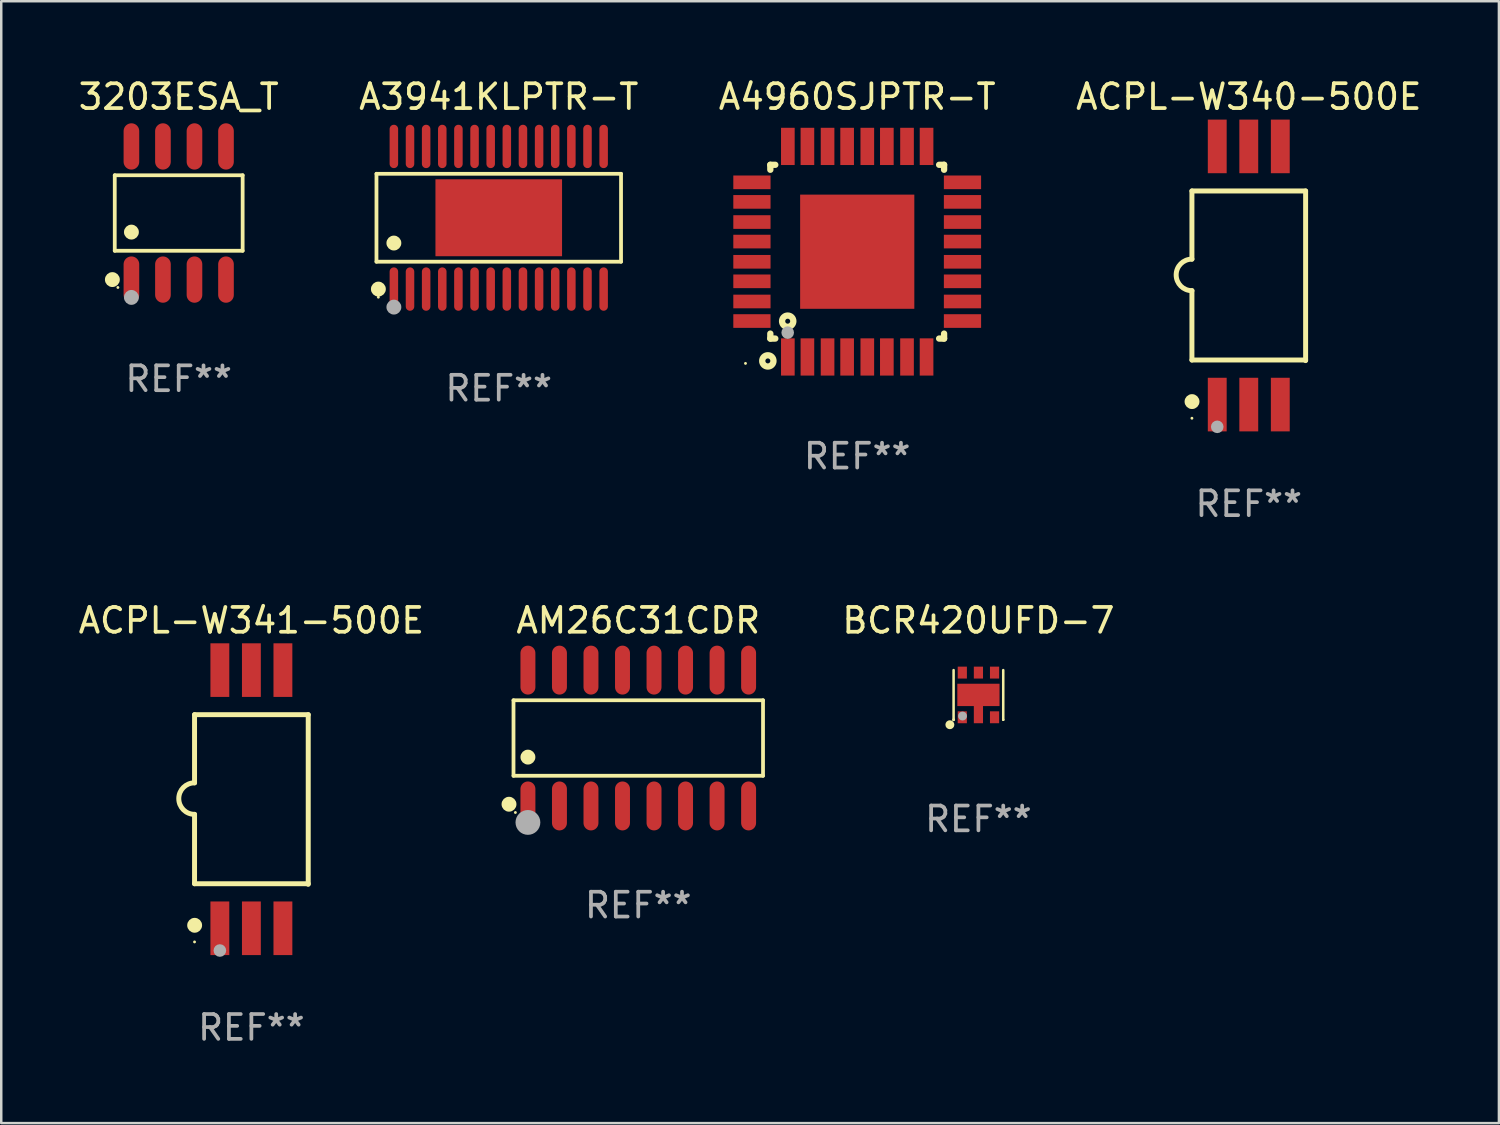
<source format=kicad_pcb>
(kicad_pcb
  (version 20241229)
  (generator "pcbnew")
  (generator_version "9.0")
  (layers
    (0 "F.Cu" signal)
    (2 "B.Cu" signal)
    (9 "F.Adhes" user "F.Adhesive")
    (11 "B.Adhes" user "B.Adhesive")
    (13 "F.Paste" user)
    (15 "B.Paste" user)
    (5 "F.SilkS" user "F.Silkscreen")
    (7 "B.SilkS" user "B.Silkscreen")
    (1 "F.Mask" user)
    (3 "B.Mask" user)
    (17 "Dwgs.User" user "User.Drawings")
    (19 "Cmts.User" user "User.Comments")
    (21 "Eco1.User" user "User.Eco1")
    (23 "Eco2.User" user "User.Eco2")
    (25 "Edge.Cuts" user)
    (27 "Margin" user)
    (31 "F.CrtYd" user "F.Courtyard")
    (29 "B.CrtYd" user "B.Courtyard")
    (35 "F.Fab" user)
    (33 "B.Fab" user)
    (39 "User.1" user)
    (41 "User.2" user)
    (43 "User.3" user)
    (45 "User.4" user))
  (footprint "BCR420UFD-7"
    (layer "F.Cu")
    (at 36.365 24.945)
    (property "Reference" "BCR420UFD-7" (at 0 -3 0) (layer "F.SilkS") (effects (font (size 1 1) (thickness 0.15))))
    (attr through_hole)
    (fp_line (start -1 1) (end -1 -1) (stroke (width 0.102) (type solid)) (layer "F.SilkS"))
    (fp_line (start 1 -1) (end 1 1) (stroke (width 0.102) (type solid)) (layer "F.SilkS"))
    (fp_line (start 1 1) (end 1 1) (stroke (width 0.102) (type solid)) (layer "F.SilkS"))
    (fp_circle (center -1.15 1.2) (end -1.06 1.2) (stroke (width 0.18) (type solid)) (fill no) (layer "F.SilkS"))
    (fp_circle (center -1 1) (end -0.97 1) (stroke (width 0.06) (type solid)) (fill no) (layer "F.SilkS"))
    (fp_circle (center -0.64 0.85) (end -0.55 0.85) (stroke (width 0.18) (type solid)) (fill no) (layer "F.Fab"))
    (fp_text user "REF**" (at 0 5 0) (layer "F.Fab") (effects (font (size 1 1) (thickness 0.15))))
    (pad "1" smd rect (at -0.65 0.9) (size 0.37 0.48) (layers "F.Cu" "F.Mask" "F.Paste"))
    (pad "2" smd rect (at 0.000127 0.74) (size 0.37 0.8) (layers "F.Cu" "F.Mask" "F.Paste"))
    (pad "3" smd rect (at 0.65 0.9) (size 0.37 0.48) (layers "F.Cu" "F.Mask" "F.Paste"))
    (pad "4" smd rect (at 0.65 -0.9) (size 0.37 0.48) (layers "F.Cu" "F.Mask" "F.Paste"))
    (pad "5" smd rect (at 0.000127 -0.9) (size 0.37 0.48) (layers "F.Cu" "F.Mask" "F.Paste"))
    (pad "6" smd rect (at -0.649 -0.9) (size 0.37 0.48) (layers "F.Cu" "F.Mask" "F.Paste"))
    (pad "7" smd rect (at 0.000127 -0.001 90) (size 0.9 1.7) (layers "F.Cu" "F.Mask" "F.Paste")))
  (footprint "A3941KLPTR-T"
    (layer "F.Cu")
    (at 17.042 5.722)
    (property "Reference" "A3941KLPTR-T" (at 0 -4.873 0) (layer "F.SilkS") (effects (font (size 1 1) (thickness 0.15))))
    (attr through_hole)
    (fp_line (start -4.926 -1.771) (end 4.926 -1.771) (stroke (width 0.152) (type solid)) (layer "F.SilkS"))
    (fp_line (start -4.926 1.771) (end -4.926 -1.771) (stroke (width 0.152) (type solid)) (layer "F.SilkS"))
    (fp_line (start 4.926 -1.771) (end 4.926 1.771) (stroke (width 0.152) (type solid)) (layer "F.SilkS"))
    (fp_line (start 4.926 1.771) (end -4.926 1.771) (stroke (width 0.152) (type solid)) (layer "F.SilkS"))
    (fp_circle (center -4.85 3.2) (end -4.82 3.2) (stroke (width 0.06) (type solid)) (fill no) (layer "F.SilkS"))
    (fp_circle (center -4.849 2.873) (end -4.699 2.873) (stroke (width 0.3) (type solid)) (fill no) (layer "F.SilkS"))
    (fp_circle (center -4.225 1.019) (end -4.075 1.019) (stroke (width 0.3) (type solid)) (fill no) (layer "F.SilkS"))
    (fp_circle (center -4.225 3.6) (end -4.075 3.6) (stroke (width 0.3) (type solid)) (fill no) (layer "F.Fab"))
    (fp_text user "REF**" (at 0 6.873 0) (layer "F.Fab") (effects (font (size 1 1) (thickness 0.15))))
    (pad "1" smd oval (at -4.225 2.873) (size 0.343 1.747) (layers "F.Cu" "F.Mask" "F.Paste"))
    (pad "2" smd oval (at -3.575 2.873) (size 0.343 1.747) (layers "F.Cu" "F.Mask" "F.Paste"))
    (pad "3" smd oval (at -2.925 2.873) (size 0.343 1.747) (layers "F.Cu" "F.Mask" "F.Paste"))
    (pad "4" smd oval (at -2.275 2.873) (size 0.343 1.747) (layers "F.Cu" "F.Mask" "F.Paste"))
    (pad "5" smd oval (at -1.625 2.873) (size 0.343 1.747) (layers "F.Cu" "F.Mask" "F.Paste"))
    (pad "6" smd oval (at -0.975 2.873) (size 0.343 1.747) (layers "F.Cu" "F.Mask" "F.Paste"))
    (pad "7" smd oval (at -0.325 2.873) (size 0.343 1.747) (layers "F.Cu" "F.Mask" "F.Paste"))
    (pad "8" smd oval (at 0.325 2.873) (size 0.343 1.747) (layers "F.Cu" "F.Mask" "F.Paste"))
    (pad "9" smd oval (at 0.975 2.873) (size 0.343 1.747) (layers "F.Cu" "F.Mask" "F.Paste"))
    (pad "10" smd oval (at 1.625 2.873) (size 0.343 1.747) (layers "F.Cu" "F.Mask" "F.Paste"))
    (pad "11" smd oval (at 2.275 2.873) (size 0.343 1.747) (layers "F.Cu" "F.Mask" "F.Paste"))
    (pad "12" smd oval (at 2.925 2.873) (size 0.343 1.747) (layers "F.Cu" "F.Mask" "F.Paste"))
    (pad "13" smd oval (at 3.575 2.873) (size 0.343 1.747) (layers "F.Cu" "F.Mask" "F.Paste"))
    (pad "14" smd oval (at 4.225 2.873) (size 0.343 1.747) (layers "F.Cu" "F.Mask" "F.Paste"))
    (pad "15" smd oval (at 4.225 -2.873) (size 0.343 1.747) (layers "F.Cu" "F.Mask" "F.Paste"))
    (pad "16" smd oval (at 3.575 -2.873) (size 0.343 1.747) (layers "F.Cu" "F.Mask" "F.Paste"))
    (pad "17" smd oval (at 2.925 -2.873) (size 0.343 1.747) (layers "F.Cu" "F.Mask" "F.Paste"))
    (pad "18" smd oval (at 2.275 -2.873) (size 0.343 1.747) (layers "F.Cu" "F.Mask" "F.Paste"))
    (pad "19" smd oval (at 1.625 -2.873) (size 0.343 1.747) (layers "F.Cu" "F.Mask" "F.Paste"))
    (pad "20" smd oval (at 0.975 -2.873) (size 0.343 1.747) (layers "F.Cu" "F.Mask" "F.Paste"))
    (pad "21" smd oval (at 0.325 -2.873) (size 0.343 1.747) (layers "F.Cu" "F.Mask" "F.Paste"))
    (pad "22" smd oval (at -0.325 -2.873) (size 0.343 1.747) (layers "F.Cu" "F.Mask" "F.Paste"))
    (pad "23" smd oval (at -0.975 -2.873) (size 0.343 1.747) (layers "F.Cu" "F.Mask" "F.Paste"))
    (pad "24" smd oval (at -1.625 -2.873) (size 0.343 1.747) (layers "F.Cu" "F.Mask" "F.Paste"))
    (pad "25" smd oval (at -2.275 -2.873) (size 0.343 1.747) (layers "F.Cu" "F.Mask" "F.Paste"))
    (pad "26" smd oval (at -2.925 -2.873) (size 0.343 1.747) (layers "F.Cu" "F.Mask" "F.Paste"))
    (pad "27" smd oval (at -3.575 -2.873) (size 0.343 1.747) (layers "F.Cu" "F.Mask" "F.Paste"))
    (pad "28" smd oval (at -4.225 -2.873) (size 0.343 1.747) (layers "F.Cu" "F.Mask" "F.Paste"))
    (pad "29" smd rect (at 0 0) (size 5.1 3.1) (layers "F.Cu" "F.Mask" "F.Paste")))
  (footprint "ACPL-W341-500E"
    (layer "F.Cu")
    (at 7.077 29.145)
    (property "Reference" "ACPL-W341-500E" (at 0 -7.2 0) (layer "F.SilkS") (effects (font (size 1 1) (thickness 0.15))))
    (attr through_hole)
    (fp_line (start -2.29 -3.405) (end 2.29 -3.405) (stroke (width 0.2) (type solid)) (layer "F.SilkS"))
    (fp_line (start -2.29 -0.659) (end -2.29 -3.405) (stroke (width 0.2) (type solid)) (layer "F.SilkS"))
    (fp_line (start -2.29 0.611) (end -2.29 3.405) (stroke (width 0.2) (type solid)) (layer "F.SilkS"))
    (fp_line (start -2.29 3.405) (end 2.29 3.405) (stroke (width 0.2) (type solid)) (layer "F.SilkS"))
    (fp_line (start 2.29 -3.405) (end 2.29 3.429) (stroke (width 0.2) (type solid)) (layer "F.SilkS"))
    (fp_arc (start -2.289916 0.611125) (mid -2.924917 -0.023876) (end -2.289916 -0.658877) (stroke (width 0.199898) (type solid)) (layer "F.SilkS"))
    (fp_circle (center -2.29 5.75) (end -2.26 5.75) (stroke (width 0.06) (type solid)) (fill no) (layer "F.SilkS"))
    (fp_circle (center -2.286 5.08) (end -2.136 5.08) (stroke (width 0.3) (type solid)) (fill no) (layer "F.SilkS"))
    (fp_circle (center -1.27 6.096) (end -1.143 6.096) (stroke (width 0.254) (type solid)) (fill no) (layer "F.Fab"))
    (fp_text user "REF**" (at 0 9.2 0) (layer "F.Fab") (effects (font (size 1 1) (thickness 0.15))))
    (pad "1" smd rect (at -1.27 5.2 90) (size 2.16 0.76) (layers "F.Cu" "F.Mask" "F.Paste"))
    (pad "2" smd rect (at 0.000152 5.2 90) (size 2.16 0.76) (layers "F.Cu" "F.Mask" "F.Paste"))
    (pad "3" smd rect (at 1.27 5.2 90) (size 2.16 0.76) (layers "F.Cu" "F.Mask" "F.Paste"))
    (pad "4" smd rect (at 1.27 -5.2 90) (size 2.16 0.76) (layers "F.Cu" "F.Mask" "F.Paste"))
    (pad "5" smd rect (at 0.000152 -5.2 90) (size 2.16 0.76) (layers "F.Cu" "F.Mask" "F.Paste"))
    (pad "6" smd rect (at -1.27 -5.2 90) (size 2.16 0.76) (layers "F.Cu" "F.Mask" "F.Paste")))
  (footprint "A4960SJPTR-T"
    (layer "F.Cu")
    (at 31.482 7.089)
    (property "Reference" "A4960SJPTR-T" (at 0 -6.241 0) (layer "F.SilkS") (effects (font (size 1 1) (thickness 0.15))))
    (attr through_hole)
    (fp_line (start -3.5 -3.5) (end -3.5 -3.3) (stroke (width 0.254) (type solid)) (layer "F.SilkS"))
    (fp_line (start -3.5 -3.5) (end -3.3 -3.5) (stroke (width 0.254) (type solid)) (layer "F.SilkS"))
    (fp_line (start -3.5 3.3) (end -3.5 3.5) (stroke (width 0.254) (type solid)) (layer "F.SilkS"))
    (fp_line (start -3.5 3.5) (end -3.3 3.5) (stroke (width 0.254) (type solid)) (layer "F.SilkS"))
    (fp_line (start 3.3 -3.5) (end 3.5 -3.5) (stroke (width 0.254) (type solid)) (layer "F.SilkS"))
    (fp_line (start 3.3 3.5) (end 3.5 3.5) (stroke (width 0.254) (type solid)) (layer "F.SilkS"))
    (fp_line (start 3.5 -3.3) (end 3.5 -3.5) (stroke (width 0.254) (type solid)) (layer "F.SilkS"))
    (fp_line (start 3.5 3.5) (end 3.5 3.3) (stroke (width 0.254) (type solid)) (layer "F.SilkS"))
    (fp_circle (center -4.5 4.5) (end -4.47 4.5) (stroke (width 0.06) (type solid)) (fill no) (layer "F.SilkS"))
    (fp_circle (center -3.6 4.4) (end -3.5 4.4) (stroke (width 0.254) (type solid)) (fill no) (layer "F.SilkS"))
    (fp_circle (center -2.8 2.8) (end -2.7 2.8) (stroke (width 0.254) (type solid)) (fill no) (layer "F.SilkS"))
    (fp_circle (center -2.8 3.26) (end -2.673 3.26) (stroke (width 0.254) (type solid)) (fill no) (layer "F.Fab"))
    (fp_text user "REF**" (at 0 8.241 0) (layer "F.Fab") (effects (font (size 1 1) (thickness 0.15))))
    (pad "1" smd rect (at -2.794 4.241 90) (size 1.5 0.55) (layers "F.Cu" "F.Mask" "F.Paste"))
    (pad "2" smd rect (at -2.006 4.241 90) (size 1.5 0.55) (layers "F.Cu" "F.Mask" "F.Paste"))
    (pad "3" smd rect (at -1.194 4.241 90) (size 1.5 0.55) (layers "F.Cu" "F.Mask" "F.Paste"))
    (pad "4" smd rect (at -0.406 4.241 90) (size 1.5 0.55) (layers "F.Cu" "F.Mask" "F.Paste"))
    (pad "5" smd rect (at 0.407 4.241 90) (size 1.5 0.55) (layers "F.Cu" "F.Mask" "F.Paste"))
    (pad "6" smd rect (at 1.194 4.241 90) (size 1.5 0.55) (layers "F.Cu" "F.Mask" "F.Paste"))
    (pad "7" smd rect (at 2.007 4.241 90) (size 1.5 0.55) (layers "F.Cu" "F.Mask" "F.Paste"))
    (pad "8" smd rect (at 2.794 4.241 90) (size 1.5 0.55) (layers "F.Cu" "F.Mask" "F.Paste"))
    (pad "9" smd rect (at 4.241 2.794 180) (size 1.5 0.55) (layers "F.Cu" "F.Mask" "F.Paste"))
    (pad "10" smd rect (at 4.241 2.006 180) (size 1.5 0.55) (layers "F.Cu" "F.Mask" "F.Paste"))
    (pad "11" smd rect (at 4.241 1.194 180) (size 1.5 0.55) (layers "F.Cu" "F.Mask" "F.Paste"))
    (pad "12" smd rect (at 4.241 0.407 180) (size 1.5 0.55) (layers "F.Cu" "F.Mask" "F.Paste"))
    (pad "13" smd rect (at 4.241 -0.407 180) (size 1.5 0.55) (layers "F.Cu" "F.Mask" "F.Paste"))
    (pad "14" smd rect (at 4.241 -1.194 180) (size 1.5 0.55) (layers "F.Cu" "F.Mask" "F.Paste"))
    (pad "15" smd rect (at 4.241 -2.006 180) (size 1.5 0.55) (layers "F.Cu" "F.Mask" "F.Paste"))
    (pad "16" smd rect (at 4.241 -2.794 180) (size 1.5 0.55) (layers "F.Cu" "F.Mask" "F.Paste"))
    (pad "17" smd rect (at 2.794 -4.241 270) (size 1.5 0.55) (layers "F.Cu" "F.Mask" "F.Paste"))
    (pad "18" smd rect (at 2.007 -4.241 270) (size 1.5 0.55) (layers "F.Cu" "F.Mask" "F.Paste"))
    (pad "19" smd rect (at 1.194 -4.241 270) (size 1.5 0.55) (layers "F.Cu" "F.Mask" "F.Paste"))
    (pad "20" smd rect (at 0.407 -4.241 270) (size 1.5 0.55) (layers "F.Cu" "F.Mask" "F.Paste"))
    (pad "21" smd rect (at -0.406 -4.241 270) (size 1.5 0.55) (layers "F.Cu" "F.Mask" "F.Paste"))
    (pad "22" smd rect (at -1.194 -4.241 270) (size 1.5 0.55) (layers "F.Cu" "F.Mask" "F.Paste"))
    (pad "23" smd rect (at -2.006 -4.241 270) (size 1.5 0.55) (layers "F.Cu" "F.Mask" "F.Paste"))
    (pad "24" smd rect (at -2.794 -4.241 270) (size 1.5 0.55) (layers "F.Cu" "F.Mask" "F.Paste"))
    (pad "25" smd rect (at -4.241 -2.794) (size 1.5 0.55) (layers "F.Cu" "F.Mask" "F.Paste"))
    (pad "26" smd rect (at -4.241 -2.006) (size 1.5 0.55) (layers "F.Cu" "F.Mask" "F.Paste"))
    (pad "27" smd rect (at -4.241 -1.194) (size 1.5 0.55) (layers "F.Cu" "F.Mask" "F.Paste"))
    (pad "28" smd rect (at -4.241 -0.407) (size 1.5 0.55) (layers "F.Cu" "F.Mask" "F.Paste"))
    (pad "29" smd rect (at -4.241 0.407) (size 1.5 0.55) (layers "F.Cu" "F.Mask" "F.Paste"))
    (pad "30" smd rect (at -4.241 1.194) (size 1.5 0.55) (layers "F.Cu" "F.Mask" "F.Paste"))
    (pad "31" smd rect (at -4.241 2.006) (size 1.5 0.55) (layers "F.Cu" "F.Mask" "F.Paste"))
    (pad "32" smd rect (at -4.241 2.794) (size 1.5 0.55) (layers "F.Cu" "F.Mask" "F.Paste"))
    (pad "33" smd rect (at 0.001 0.001) (size 4.6 4.6) (layers "F.Cu" "F.Mask" "F.Paste")))
  (footprint "AM26C31CDR"
    (layer "F.Cu")
    (at 22.662 26.681)
    (property "Reference" "AM26C31CDR" (at 0 -4.736 0) (layer "F.SilkS") (effects (font (size 1 1) (thickness 0.15))))
    (attr through_hole)
    (fp_line (start -5.026 -1.521) (end 5.026 -1.521) (stroke (width 0.152) (type solid)) (layer "F.SilkS"))
    (fp_line (start -5.026 1.521) (end -5.026 -1.521) (stroke (width 0.152) (type solid)) (layer "F.SilkS"))
    (fp_line (start 5.026 -1.521) (end 5.026 1.521) (stroke (width 0.152) (type solid)) (layer "F.SilkS"))
    (fp_line (start 5.026 1.521) (end -5.026 1.521) (stroke (width 0.152) (type solid)) (layer "F.SilkS"))
    (fp_circle (center -5.207 2.667) (end -5.057 2.667) (stroke (width 0.3) (type solid)) (fill no) (layer "F.SilkS"))
    (fp_circle (center -4.95 3) (end -4.92 3) (stroke (width 0.06) (type solid)) (fill no) (layer "F.SilkS"))
    (fp_circle (center -4.445 0.769) (end -4.295 0.769) (stroke (width 0.3) (type solid)) (fill no) (layer "F.SilkS"))
    (fp_circle (center -4.445 3.4) (end -4.195 3.4) (stroke (width 0.5) (type solid)) (fill no) (layer "F.Fab"))
    (fp_text user "REF**" (at 0 6.736 0) (layer "F.Fab") (effects (font (size 1 1) (thickness 0.15))))
    (pad "1" smd oval (at -4.445 2.736) (size 0.602 1.971) (layers "F.Cu" "F.Mask" "F.Paste"))
    (pad "2" smd oval (at -3.175 2.736) (size 0.602 1.971) (layers "F.Cu" "F.Mask" "F.Paste"))
    (pad "3" smd oval (at -1.905 2.736) (size 0.602 1.971) (layers "F.Cu" "F.Mask" "F.Paste"))
    (pad "4" smd oval (at -0.635 2.736) (size 0.602 1.971) (layers "F.Cu" "F.Mask" "F.Paste"))
    (pad "5" smd oval (at 0.635 2.736) (size 0.602 1.971) (layers "F.Cu" "F.Mask" "F.Paste"))
    (pad "6" smd oval (at 1.905 2.736) (size 0.602 1.971) (layers "F.Cu" "F.Mask" "F.Paste"))
    (pad "7" smd oval (at 3.175 2.736) (size 0.602 1.971) (layers "F.Cu" "F.Mask" "F.Paste"))
    (pad "8" smd oval (at 4.445 2.736) (size 0.602 1.971) (layers "F.Cu" "F.Mask" "F.Paste"))
    (pad "9" smd oval (at 4.445 -2.736) (size 0.602 1.971) (layers "F.Cu" "F.Mask" "F.Paste"))
    (pad "10" smd oval (at 3.175 -2.736) (size 0.602 1.971) (layers "F.Cu" "F.Mask" "F.Paste"))
    (pad "11" smd oval (at 1.905 -2.736) (size 0.602 1.971) (layers "F.Cu" "F.Mask" "F.Paste"))
    (pad "12" smd oval (at 0.635 -2.736) (size 0.602 1.971) (layers "F.Cu" "F.Mask" "F.Paste"))
    (pad "13" smd oval (at -0.635 -2.736) (size 0.602 1.971) (layers "F.Cu" "F.Mask" "F.Paste"))
    (pad "14" smd oval (at -1.905 -2.736) (size 0.602 1.971) (layers "F.Cu" "F.Mask" "F.Paste"))
    (pad "15" smd oval (at -3.175 -2.736) (size 0.602 1.971) (layers "F.Cu" "F.Mask" "F.Paste"))
    (pad "16" smd oval (at -4.445 -2.736) (size 0.602 1.971) (layers "F.Cu" "F.Mask" "F.Paste")))
  (footprint "3203ESA_T"
    (layer "F.Cu")
    (at 4.149 5.531)
    (property "Reference" "3203ESA_T" (at 0 -4.682 0) (layer "F.SilkS") (effects (font (size 1 1) (thickness 0.15))))
    (attr through_hole)
    (fp_line (start -2.576 -1.521) (end 2.576 -1.521) (stroke (width 0.152) (type solid)) (layer "F.SilkS"))
    (fp_line (start -2.576 1.521) (end -2.576 -1.521) (stroke (width 0.152) (type solid)) (layer "F.SilkS"))
    (fp_line (start 2.576 -1.521) (end 2.576 1.521) (stroke (width 0.152) (type solid)) (layer "F.SilkS"))
    (fp_line (start 2.576 1.521) (end -2.576 1.521) (stroke (width 0.152) (type solid)) (layer "F.SilkS"))
    (fp_circle (center -2.672 2.682) (end -2.522 2.682) (stroke (width 0.3) (type solid)) (fill no) (layer "F.SilkS"))
    (fp_circle (center -2.45 3) (end -2.42 3) (stroke (width 0.06) (type solid)) (fill no) (layer "F.SilkS"))
    (fp_circle (center -1.905 0.769) (end -1.755 0.769) (stroke (width 0.3) (type solid)) (fill no) (layer "F.SilkS"))
    (fp_circle (center -1.905 3.4) (end -1.755 3.4) (stroke (width 0.3) (type solid)) (fill no) (layer "F.Fab"))
    (fp_text user "REF**" (at 0 6.682 0) (layer "F.Fab") (effects (font (size 1 1) (thickness 0.15))))
    (pad "1" smd oval (at -1.905 2.682) (size 0.63 1.865) (layers "F.Cu" "F.Mask" "F.Paste"))
    (pad "2" smd oval (at -0.635 2.682) (size 0.63 1.865) (layers "F.Cu" "F.Mask" "F.Paste"))
    (pad "3" smd oval (at 0.635 2.682) (size 0.63 1.865) (layers "F.Cu" "F.Mask" "F.Paste"))
    (pad "4" smd oval (at 1.905 2.682) (size 0.63 1.865) (layers "F.Cu" "F.Mask" "F.Paste"))
    (pad "5" smd oval (at 1.905 -2.682) (size 0.63 1.865) (layers "F.Cu" "F.Mask" "F.Paste"))
    (pad "6" smd oval (at 0.635 -2.682) (size 0.63 1.865) (layers "F.Cu" "F.Mask" "F.Paste"))
    (pad "7" smd oval (at -0.635 -2.682) (size 0.63 1.865) (layers "F.Cu" "F.Mask" "F.Paste"))
    (pad "8" smd oval (at -1.905 -2.682) (size 0.63 1.865) (layers "F.Cu" "F.Mask" "F.Paste")))
  (footprint "ACPL-W340-500E"
    (layer "F.Cu")
    (at 47.256 8.048)
    (property "Reference" "ACPL-W340-500E" (at 0 -7.2 0) (layer "F.SilkS") (effects (font (size 1 1) (thickness 0.15))))
    (attr through_hole)
    (fp_line (start -2.29 -3.405) (end 2.29 -3.405) (stroke (width 0.2) (type solid)) (layer "F.SilkS"))
    (fp_line (start -2.29 -0.659) (end -2.29 -3.405) (stroke (width 0.2) (type solid)) (layer "F.SilkS"))
    (fp_line (start -2.29 0.611) (end -2.29 3.405) (stroke (width 0.2) (type solid)) (layer "F.SilkS"))
    (fp_line (start -2.29 3.405) (end 2.29 3.405) (stroke (width 0.2) (type solid)) (layer "F.SilkS"))
    (fp_line (start 2.29 -3.405) (end 2.29 3.429) (stroke (width 0.2) (type solid)) (layer "F.SilkS"))
    (fp_arc (start -2.289916 0.611125) (mid -2.924917 -0.023876) (end -2.289916 -0.658877) (stroke (width 0.199898) (type solid)) (layer "F.SilkS"))
    (fp_circle (center -2.29 5.75) (end -2.26 5.75) (stroke (width 0.06) (type solid)) (fill no) (layer "F.SilkS"))
    (fp_circle (center -2.286 5.08) (end -2.136 5.08) (stroke (width 0.3) (type solid)) (fill no) (layer "F.SilkS"))
    (fp_circle (center -1.27 6.096) (end -1.143 6.096) (stroke (width 0.254) (type solid)) (fill no) (layer "F.Fab"))
    (fp_text user "REF**" (at 0 9.2 0) (layer "F.Fab") (effects (font (size 1 1) (thickness 0.15))))
    (pad "1" smd rect (at -1.27 5.2 90) (size 2.16 0.76) (layers "F.Cu" "F.Mask" "F.Paste"))
    (pad "2" smd rect (at 0.000152 5.2 90) (size 2.16 0.76) (layers "F.Cu" "F.Mask" "F.Paste"))
    (pad "3" smd rect (at 1.27 5.2 90) (size 2.16 0.76) (layers "F.Cu" "F.Mask" "F.Paste"))
    (pad "4" smd rect (at 1.27 -5.2 90) (size 2.16 0.76) (layers "F.Cu" "F.Mask" "F.Paste"))
    (pad "5" smd rect (at 0.000152 -5.2 90) (size 2.16 0.76) (layers "F.Cu" "F.Mask" "F.Paste"))
    (pad "6" smd rect (at -1.27 -5.2 90) (size 2.16 0.76) (layers "F.Cu" "F.Mask" "F.Paste")))
  (gr_rect
    (start -3 -3)
    (end 57.333 42.194)
    (stroke (width 0.1) (type default))
    (fill no)
    (layer "Edge.Cuts")))
</source>
